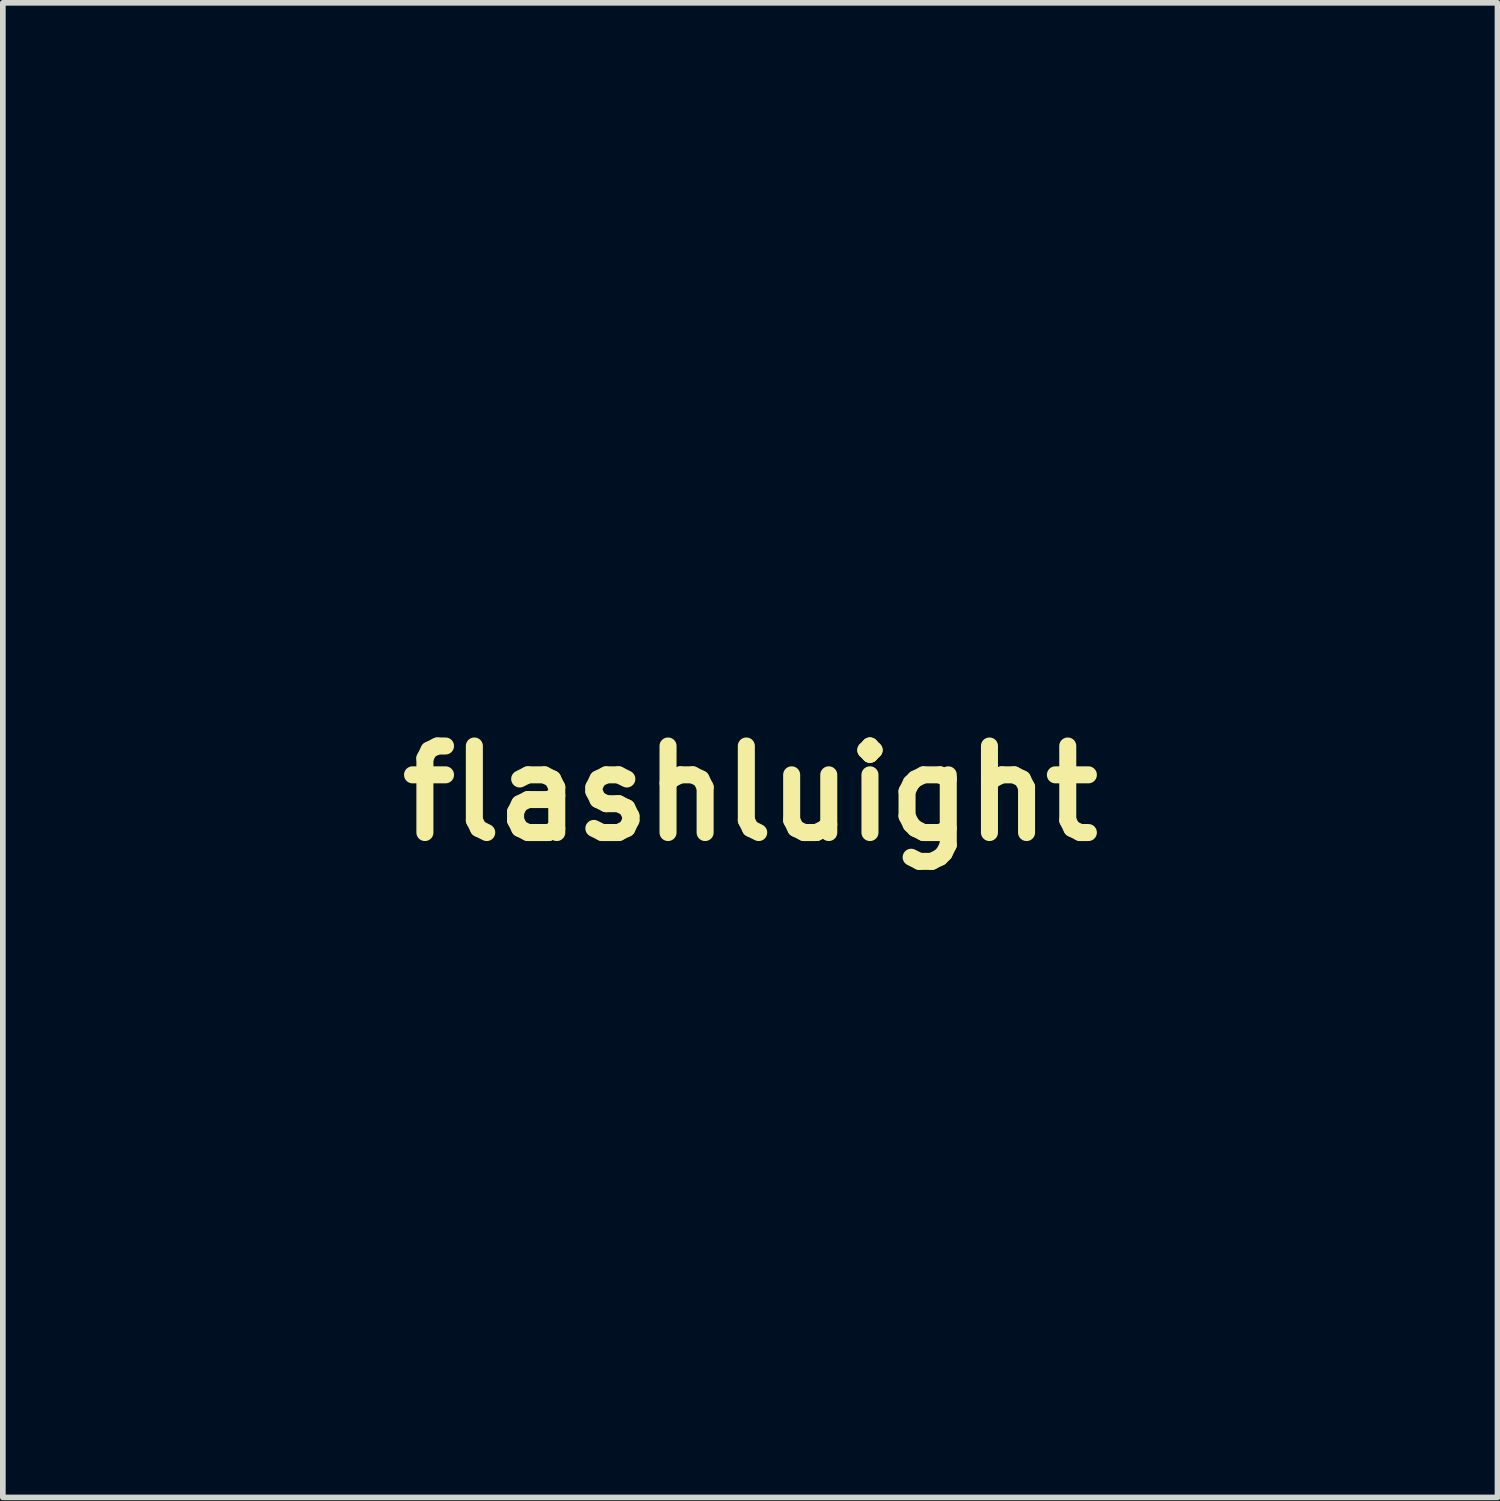
<source format=kicad_pcb>
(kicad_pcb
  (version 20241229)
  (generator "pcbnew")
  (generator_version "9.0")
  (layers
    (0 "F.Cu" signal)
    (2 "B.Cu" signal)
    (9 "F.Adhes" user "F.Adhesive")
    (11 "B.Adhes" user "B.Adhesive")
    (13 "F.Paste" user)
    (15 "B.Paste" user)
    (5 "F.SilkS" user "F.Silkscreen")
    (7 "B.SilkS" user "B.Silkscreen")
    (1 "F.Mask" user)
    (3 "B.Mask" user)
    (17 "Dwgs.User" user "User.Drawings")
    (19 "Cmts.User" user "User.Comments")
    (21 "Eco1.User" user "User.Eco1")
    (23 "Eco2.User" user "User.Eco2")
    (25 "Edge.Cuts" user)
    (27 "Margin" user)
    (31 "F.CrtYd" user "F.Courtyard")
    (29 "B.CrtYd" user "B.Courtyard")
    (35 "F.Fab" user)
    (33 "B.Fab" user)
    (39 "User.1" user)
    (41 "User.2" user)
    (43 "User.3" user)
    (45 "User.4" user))
  (footprint "flashluight"
    (layer "F.Cu")
    (at 10.166 10.922)
    (property "Reference" "flashluight" (at 0 0 0) (layer "F.SilkS") (effects (font (size 1.524 1.524) (thickness 0.3))))
    (attr through_hole)
    (fp_poly (pts (xy 3.867 -8.648) (xy 3.94 -8.621) (xy 4.029 -8.576) (xy 4.125 -8.522) (xy 4.215 -8.463) (xy 4.288 -8.408) (xy 4.334 -8.362) (xy 4.343 -8.341) (xy 4.331 -8.308) (xy 4.297 -8.239) (xy 4.245 -8.138) (xy 4.178 -8.013) (xy 4.101 -7.871) (xy 4.016 -7.717) (xy 3.927 -7.558) (xy 3.838 -7.402) (xy 3.753 -7.254) (xy 3.675 -7.12) (xy 3.608 -7.01) (xy 3.54 -6.907) (xy 3.483 -6.843) (xy 3.426 -6.815) (xy 3.359 -6.818) (xy 3.271 -6.845) (xy 3.269 -6.846) (xy 3.183 -6.882) (xy 3.089 -6.927) (xy 3 -6.975) (xy 2.926 -7.019) (xy 2.88 -7.054) (xy 2.87 -7.068) (xy 2.882 -7.099) (xy 2.917 -7.167) (xy 2.97 -7.266) (xy 3.037 -7.39) (xy 3.117 -7.532) (xy 3.204 -7.685) (xy 3.295 -7.844) (xy 3.387 -8.002) (xy 3.424 -8.065) (xy 3.542 -8.26) (xy 3.642 -8.419) (xy 3.722 -8.538) (xy 3.782 -8.616) (xy 3.82 -8.651) (xy 3.822 -8.652) (xy 3.867 -8.648)) (stroke (width 0.01) (type solid)) (fill no) (layer "Eco2.User"))
    (fp_poly (pts (xy 7.603 -5.085) (xy 7.651 -5.03) (xy 7.71 -4.951) (xy 7.771 -4.858) (xy 7.828 -4.761) (xy 7.863 -4.694) (xy 7.89 -4.627) (xy 7.89 -4.585) (xy 7.876 -4.562) (xy 7.84 -4.532) (xy 7.767 -4.481) (xy 7.664 -4.414) (xy 7.536 -4.333) (xy 7.39 -4.244) (xy 7.233 -4.148) (xy 7.07 -4.051) (xy 6.908 -3.956) (xy 6.753 -3.866) (xy 6.611 -3.786) (xy 6.489 -3.719) (xy 6.393 -3.669) (xy 6.33 -3.639) (xy 6.308 -3.632) (xy 6.278 -3.652) (xy 6.236 -3.704) (xy 6.213 -3.74) (xy 6.159 -3.846) (xy 6.112 -3.958) (xy 6.077 -4.066) (xy 6.056 -4.157) (xy 6.054 -4.219) (xy 6.06 -4.233) (xy 6.091 -4.262) (xy 6.161 -4.31) (xy 6.262 -4.375) (xy 6.388 -4.453) (xy 6.532 -4.54) (xy 6.688 -4.632) (xy 6.85 -4.725) (xy 7.009 -4.816) (xy 7.162 -4.901) (xy 7.299 -4.976) (xy 7.416 -5.037) (xy 7.505 -5.081) (xy 7.56 -5.103) (xy 7.571 -5.105) (xy 7.603 -5.085)) (stroke (width 0.01) (type solid)) (fill no) (layer "Eco2.User"))
    (fp_poly (pts (xy 7.311 -8.511) (xy 7.346 -8.491) (xy 7.398 -8.449) (xy 7.473 -8.378) (xy 7.545 -8.308) (xy 7.632 -8.221) (xy 7.703 -8.146) (xy 7.751 -8.089) (xy 7.769 -8.058) (xy 7.769 -8.056) (xy 7.75 -8.034) (xy 7.699 -7.979) (xy 7.619 -7.896) (xy 7.513 -7.787) (xy 7.386 -7.656) (xy 7.24 -7.507) (xy 7.079 -7.342) (xy 6.906 -7.166) (xy 6.726 -6.983) (xy 6.54 -6.794) (xy 6.353 -6.605) (xy 6.168 -6.417) (xy 5.989 -6.236) (xy 5.818 -6.064) (xy 5.66 -5.905) (xy 5.517 -5.762) (xy 5.394 -5.638) (xy 5.293 -5.538) (xy 5.218 -5.465) (xy 5.172 -5.421) (xy 5.16 -5.411) (xy 5.137 -5.428) (xy 5.085 -5.474) (xy 5.01 -5.543) (xy 4.922 -5.629) (xy 4.894 -5.656) (xy 4.644 -5.9) (xy 5.224 -6.483) (xy 5.458 -6.719) (xy 5.69 -6.951) (xy 5.917 -7.178) (xy 6.136 -7.396) (xy 6.344 -7.603) (xy 6.538 -7.795) (xy 6.715 -7.97) (xy 6.873 -8.126) (xy 7.008 -8.258) (xy 7.117 -8.364) (xy 7.198 -8.442) (xy 7.248 -8.488) (xy 7.262 -8.5) (xy 7.285 -8.512) (xy 7.311 -8.511)) (stroke (width 0.01) (type solid)) (fill no) (layer "Eco2.User"))
    (fp_poly (pts (xy 1.639 -10.916) (xy 1.704 -10.908) (xy 1.796 -10.895) (xy 1.902 -10.878) (xy 2.012 -10.859) (xy 2.114 -10.841) (xy 2.196 -10.825) (xy 2.245 -10.813) (xy 2.255 -10.809) (xy 2.255 -10.78) (xy 2.246 -10.706) (xy 2.229 -10.59) (xy 2.205 -10.438) (xy 2.174 -10.255) (xy 2.137 -10.043) (xy 2.096 -9.809) (xy 2.05 -9.556) (xy 2 -9.289) (xy 1.948 -9.012) (xy 1.894 -8.73) (xy 1.839 -8.447) (xy 1.839 -8.445) (xy 1.796 -8.229) (xy 1.762 -8.056) (xy 1.735 -7.923) (xy 1.713 -7.825) (xy 1.694 -7.756) (xy 1.676 -7.711) (xy 1.659 -7.686) (xy 1.64 -7.674) (xy 1.617 -7.672) (xy 1.589 -7.673) (xy 1.58 -7.673) (xy 1.487 -7.682) (xy 1.397 -7.698) (xy 1.32 -7.719) (xy 1.223 -7.747) (xy 1.172 -7.762) (xy 1.036 -7.802) (xy 1.053 -7.921) (xy 1.067 -8.017) (xy 1.089 -8.15) (xy 1.117 -8.314) (xy 1.15 -8.504) (xy 1.188 -8.714) (xy 1.228 -8.94) (xy 1.271 -9.175) (xy 1.316 -9.415) (xy 1.36 -9.655) (xy 1.404 -9.889) (xy 1.447 -10.111) (xy 1.486 -10.317) (xy 1.522 -10.501) (xy 1.554 -10.658) (xy 1.579 -10.782) (xy 1.598 -10.869) (xy 1.61 -10.913) (xy 1.612 -10.917) (xy 1.639 -10.916)) (stroke (width 0.01) (type solid)) (fill no) (layer "Eco2.User"))
    (fp_poly (pts (xy 10.018 -3.014) (xy 10.04 -2.985) (xy 10.065 -2.921) (xy 10.079 -2.866) (xy 10.096 -2.779) (xy 10.114 -2.676) (xy 10.13 -2.572) (xy 10.143 -2.478) (xy 10.151 -2.407) (xy 10.151 -2.372) (xy 10.151 -2.37) (xy 10.122 -2.361) (xy 10.049 -2.345) (xy 9.936 -2.321) (xy 9.79 -2.292) (xy 9.614 -2.258) (xy 9.415 -2.22) (xy 9.198 -2.179) (xy 8.968 -2.136) (xy 8.73 -2.092) (xy 8.491 -2.048) (xy 8.254 -2.005) (xy 8.026 -1.964) (xy 7.811 -1.925) (xy 7.615 -1.891) (xy 7.444 -1.862) (xy 7.302 -1.838) (xy 7.196 -1.822) (xy 7.159 -1.817) (xy 7.041 -1.801) (xy 7.003 -1.923) (xy 6.956 -2.085) (xy 6.924 -2.227) (xy 6.91 -2.336) (xy 6.909 -2.359) (xy 6.907 -2.377) (xy 6.905 -2.392) (xy 6.907 -2.405) (xy 6.917 -2.417) (xy 6.938 -2.429) (xy 6.976 -2.443) (xy 7.033 -2.459) (xy 7.115 -2.478) (xy 7.225 -2.502) (xy 7.367 -2.531) (xy 7.546 -2.568) (xy 7.765 -2.612) (xy 8.029 -2.665) (xy 8.103 -2.68) (xy 8.408 -2.741) (xy 8.698 -2.797) (xy 8.97 -2.849) (xy 9.22 -2.895) (xy 9.443 -2.934) (xy 9.635 -2.967) (xy 9.793 -2.992) (xy 9.912 -3.008) (xy 9.989 -3.016) (xy 10.018 -3.014)) (stroke (width 0.01) (type solid)) (fill no) (layer "Eco2.User"))
    (fp_poly (pts (xy -8.878 4.902) (xy -8.865 4.954) (xy -8.851 5.024) (xy -8.81 5.136) (xy -8.743 5.291) (xy -8.649 5.488) (xy -8.62 5.546) (xy -8.485 5.799) (xy -8.343 6.031) (xy -8.186 6.252) (xy -8.006 6.474) (xy -7.795 6.706) (xy -7.633 6.872) (xy -7.374 7.122) (xy -7.127 7.335) (xy -6.882 7.519) (xy -6.627 7.681) (xy -6.351 7.831) (xy -6.052 7.972) (xy -5.927 8.026) (xy -5.817 8.072) (xy -5.732 8.107) (xy -5.679 8.125) (xy -5.668 8.128) (xy -5.645 8.149) (xy -5.639 8.185) (xy -5.652 8.215) (xy -5.694 8.271) (xy -5.766 8.353) (xy -5.869 8.463) (xy -6.006 8.603) (xy -6.177 8.776) (xy -6.221 8.82) (xy -6.385 8.982) (xy -6.517 9.111) (xy -6.622 9.212) (xy -6.703 9.286) (xy -6.764 9.338) (xy -6.81 9.371) (xy -6.844 9.389) (xy -6.869 9.395) (xy -6.875 9.395) (xy -6.934 9.39) (xy -7.026 9.383) (xy -7.133 9.373) (xy -7.16 9.371) (xy -7.419 9.335) (xy -7.655 9.278) (xy -7.877 9.194) (xy -8.096 9.08) (xy -8.324 8.931) (xy -8.505 8.794) (xy -8.614 8.702) (xy -8.746 8.581) (xy -8.893 8.438) (xy -9.049 8.282) (xy -9.206 8.12) (xy -9.356 7.96) (xy -9.492 7.81) (xy -9.606 7.677) (xy -9.691 7.569) (xy -9.7 7.556) (xy -9.843 7.34) (xy -9.952 7.137) (xy -10.032 6.933) (xy -10.087 6.714) (xy -10.125 6.466) (xy -10.134 6.365) (xy -10.161 6.066) (xy -10.036 5.922) (xy -9.965 5.843) (xy -9.871 5.745) (xy -9.759 5.631) (xy -9.637 5.51) (xy -9.51 5.385) (xy -9.384 5.264) (xy -9.265 5.152) (xy -9.16 5.055) (xy -9.075 4.979) (xy -9.015 4.93) (xy -8.994 4.916) (xy -8.92 4.889) (xy -8.878 4.902)) (stroke (width 0.01) (type solid)) (fill no) (layer "Eco2.User"))
    (fp_poly (pts (xy -3.43 -0.58) (xy -3.385 -0.52) (xy -3.336 -0.437) (xy -3.322 -0.411) (xy -3.222 -0.24) (xy -3.09 -0.042) (xy -2.932 0.175) (xy -2.752 0.405) (xy -2.556 0.641) (xy -2.351 0.875) (xy -2.142 1.102) (xy -1.935 1.314) (xy -1.735 1.504) (xy -1.731 1.508) (xy -1.542 1.675) (xy -1.343 1.844) (xy -1.141 2.009) (xy -0.942 2.165) (xy -0.753 2.307) (xy -0.58 2.431) (xy -0.431 2.53) (xy -0.311 2.6) (xy -0.298 2.607) (xy -0.176 2.669) (xy -0.225 2.738) (xy -0.27 2.793) (xy -0.35 2.882) (xy -0.463 3.004) (xy -0.608 3.159) (xy -0.785 3.344) (xy -0.992 3.558) (xy -1.227 3.8) (xy -1.49 4.069) (xy -1.779 4.364) (xy -2.092 4.682) (xy -2.43 5.024) (xy -2.79 5.387) (xy -3.171 5.77) (xy -3.185 5.785) (xy -5.011 7.62) (xy -5.204 7.618) (xy -5.333 7.611) (xy -5.472 7.596) (xy -5.575 7.578) (xy -5.825 7.503) (xy -6.09 7.385) (xy -6.367 7.226) (xy -6.65 7.028) (xy -6.935 6.796) (xy -7.219 6.532) (xy -7.497 6.239) (xy -7.573 6.152) (xy -7.805 5.868) (xy -7.994 5.601) (xy -8.142 5.347) (xy -8.252 5.101) (xy -8.326 4.858) (xy -8.367 4.613) (xy -8.374 4.521) (xy -8.388 4.255) (xy -7.049 2.92) (xy -4.544 2.92) (xy -4.529 3.105) (xy -4.509 3.18) (xy -4.424 3.368) (xy -4.304 3.523) (xy -4.157 3.644) (xy -3.989 3.727) (xy -3.806 3.769) (xy -3.615 3.768) (xy -3.422 3.72) (xy -3.34 3.685) (xy -3.188 3.589) (xy -3.055 3.467) (xy -2.955 3.329) (xy -2.908 3.226) (xy -2.869 3.035) (xy -2.872 2.837) (xy -2.913 2.644) (xy -2.992 2.468) (xy -3.073 2.356) (xy -3.21 2.237) (xy -3.375 2.153) (xy -3.557 2.106) (xy -3.745 2.098) (xy -3.929 2.131) (xy -4.016 2.164) (xy -4.19 2.268) (xy -4.334 2.403) (xy -4.443 2.562) (xy -4.514 2.736) (xy -4.544 2.92) (xy -7.049 2.92) (xy -5.946 1.821) (xy -5.545 1.422) (xy -5.179 1.058) (xy -4.849 0.731) (xy -4.553 0.439) (xy -4.293 0.183) (xy -4.068 -0.037) (xy -3.878 -0.222) (xy -3.724 -0.37) (xy -3.605 -0.482) (xy -3.521 -0.558) (xy -3.473 -0.598) (xy -3.461 -0.605) (xy -3.43 -0.58)) (stroke (width 0.01) (type solid)) (fill no) (layer "Eco2.User"))
    (fp_poly (pts (xy 0.339 -6.113) (xy 0.584 -6.079) (xy 0.839 -6.013) (xy 0.984 -5.964) (xy 1.305 -5.829) (xy 1.643 -5.653) (xy 1.994 -5.439) (xy 2.352 -5.19) (xy 2.713 -4.911) (xy 3.071 -4.605) (xy 3.422 -4.275) (xy 3.76 -3.926) (xy 3.777 -3.907) (xy 4.075 -3.57) (xy 4.334 -3.249) (xy 4.561 -2.935) (xy 4.762 -2.619) (xy 4.944 -2.293) (xy 5.005 -2.172) (xy 5.148 -1.859) (xy 5.259 -1.567) (xy 5.336 -1.301) (xy 5.378 -1.061) (xy 5.385 -0.852) (xy 5.359 -0.683) (xy 5.333 -0.624) (xy 5.283 -0.544) (xy 5.206 -0.441) (xy 5.101 -0.314) (xy 4.968 -0.162) (xy 4.804 0.017) (xy 4.609 0.224) (xy 4.381 0.461) (xy 4.119 0.729) (xy 3.821 1.029) (xy 3.683 1.168) (xy 3.416 1.435) (xy 3.18 1.667) (xy 2.973 1.867) (xy 2.791 2.038) (xy 2.631 2.181) (xy 2.489 2.299) (xy 2.364 2.394) (xy 2.25 2.47) (xy 2.145 2.527) (xy 2.046 2.569) (xy 1.95 2.598) (xy 1.853 2.616) (xy 1.752 2.626) (xy 1.703 2.629) (xy 1.592 2.631) (xy 1.493 2.631) (xy 1.421 2.628) (xy 1.41 2.626) (xy 1.055 2.562) (xy 0.73 2.473) (xy 0.416 2.355) (xy 0.173 2.24) (xy -0.233 2.011) (xy -0.636 1.74) (xy -1.031 1.434) (xy -1.412 1.096) (xy -1.775 0.733) (xy -2.115 0.35) (xy -2.427 -0.048) (xy -2.705 -0.455) (xy -2.946 -0.866) (xy -3.143 -1.275) (xy -3.212 -1.444) (xy -3.321 -1.784) (xy -3.383 -2.105) (xy -3.398 -2.408) (xy -3.397 -2.448) (xy -3.384 -2.617) (xy -3.361 -2.755) (xy -3.323 -2.875) (xy -3.264 -2.99) (xy -3.179 -3.112) (xy -3.063 -3.252) (xy -3.03 -3.29) (xy -2.962 -3.364) (xy -2.865 -3.467) (xy -2.743 -3.594) (xy -2.6 -3.742) (xy -2.438 -3.908) (xy -2.262 -4.087) (xy -2.075 -4.276) (xy -1.88 -4.471) (xy -1.682 -4.67) (xy -1.484 -4.868) (xy -1.289 -5.062) (xy -1.148 -5.201) (xy -0.178 -5.201) (xy -0.158 -5.006) (xy -0.101 -4.782) (xy -0.007 -4.534) (xy 0.121 -4.264) (xy 0.281 -3.975) (xy 0.473 -3.672) (xy 0.693 -3.357) (xy 0.931 -3.048) (xy 1.169 -2.764) (xy 1.423 -2.488) (xy 1.688 -2.223) (xy 1.963 -1.97) (xy 2.242 -1.732) (xy 2.524 -1.51) (xy 2.805 -1.307) (xy 3.082 -1.125) (xy 3.35 -0.966) (xy 3.608 -0.831) (xy 3.852 -0.724) (xy 4.079 -0.645) (xy 4.284 -0.598) (xy 4.466 -0.584) (xy 4.621 -0.605) (xy 4.712 -0.642) (xy 4.813 -0.7) (xy 4.821 -0.889) (xy 4.808 -1.148) (xy 4.75 -1.428) (xy 4.647 -1.727) (xy 4.499 -2.043) (xy 4.309 -2.376) (xy 4.075 -2.724) (xy 3.8 -3.087) (xy 3.483 -3.462) (xy 3.442 -3.507) (xy 3.183 -3.782) (xy 2.908 -4.05) (xy 2.62 -4.308) (xy 2.326 -4.551) (xy 2.029 -4.777) (xy 1.734 -4.982) (xy 1.446 -5.164) (xy 1.169 -5.318) (xy 0.909 -5.442) (xy 0.671 -5.532) (xy 0.458 -5.586) (xy 0.446 -5.588) (xy 0.321 -5.601) (xy 0.194 -5.602) (xy 0.078 -5.592) (xy -0.013 -5.573) (xy -0.054 -5.554) (xy -0.119 -5.477) (xy -0.161 -5.361) (xy -0.178 -5.217) (xy -0.178 -5.201) (xy -1.148 -5.201) (xy -1.101 -5.248) (xy -0.924 -5.422) (xy -0.76 -5.582) (xy -0.615 -5.724) (xy -0.491 -5.843) (xy -0.392 -5.937) (xy -0.321 -6.001) (xy -0.282 -6.033) (xy -0.227 -6.067) (xy -0.174 -6.09) (xy -0.112 -6.104) (xy -0.025 -6.112) (xy 0.09 -6.117) (xy 0.339 -6.113)) (stroke (width 0.01) (type solid)) (fill no) (layer "Eco2.User")))
  (gr_rect
    (start -3 -3)
    (end 23.322 23.321)
    (stroke (width 0.1) (type default))
    (fill no)
    (layer "Edge.Cuts")))
</source>
